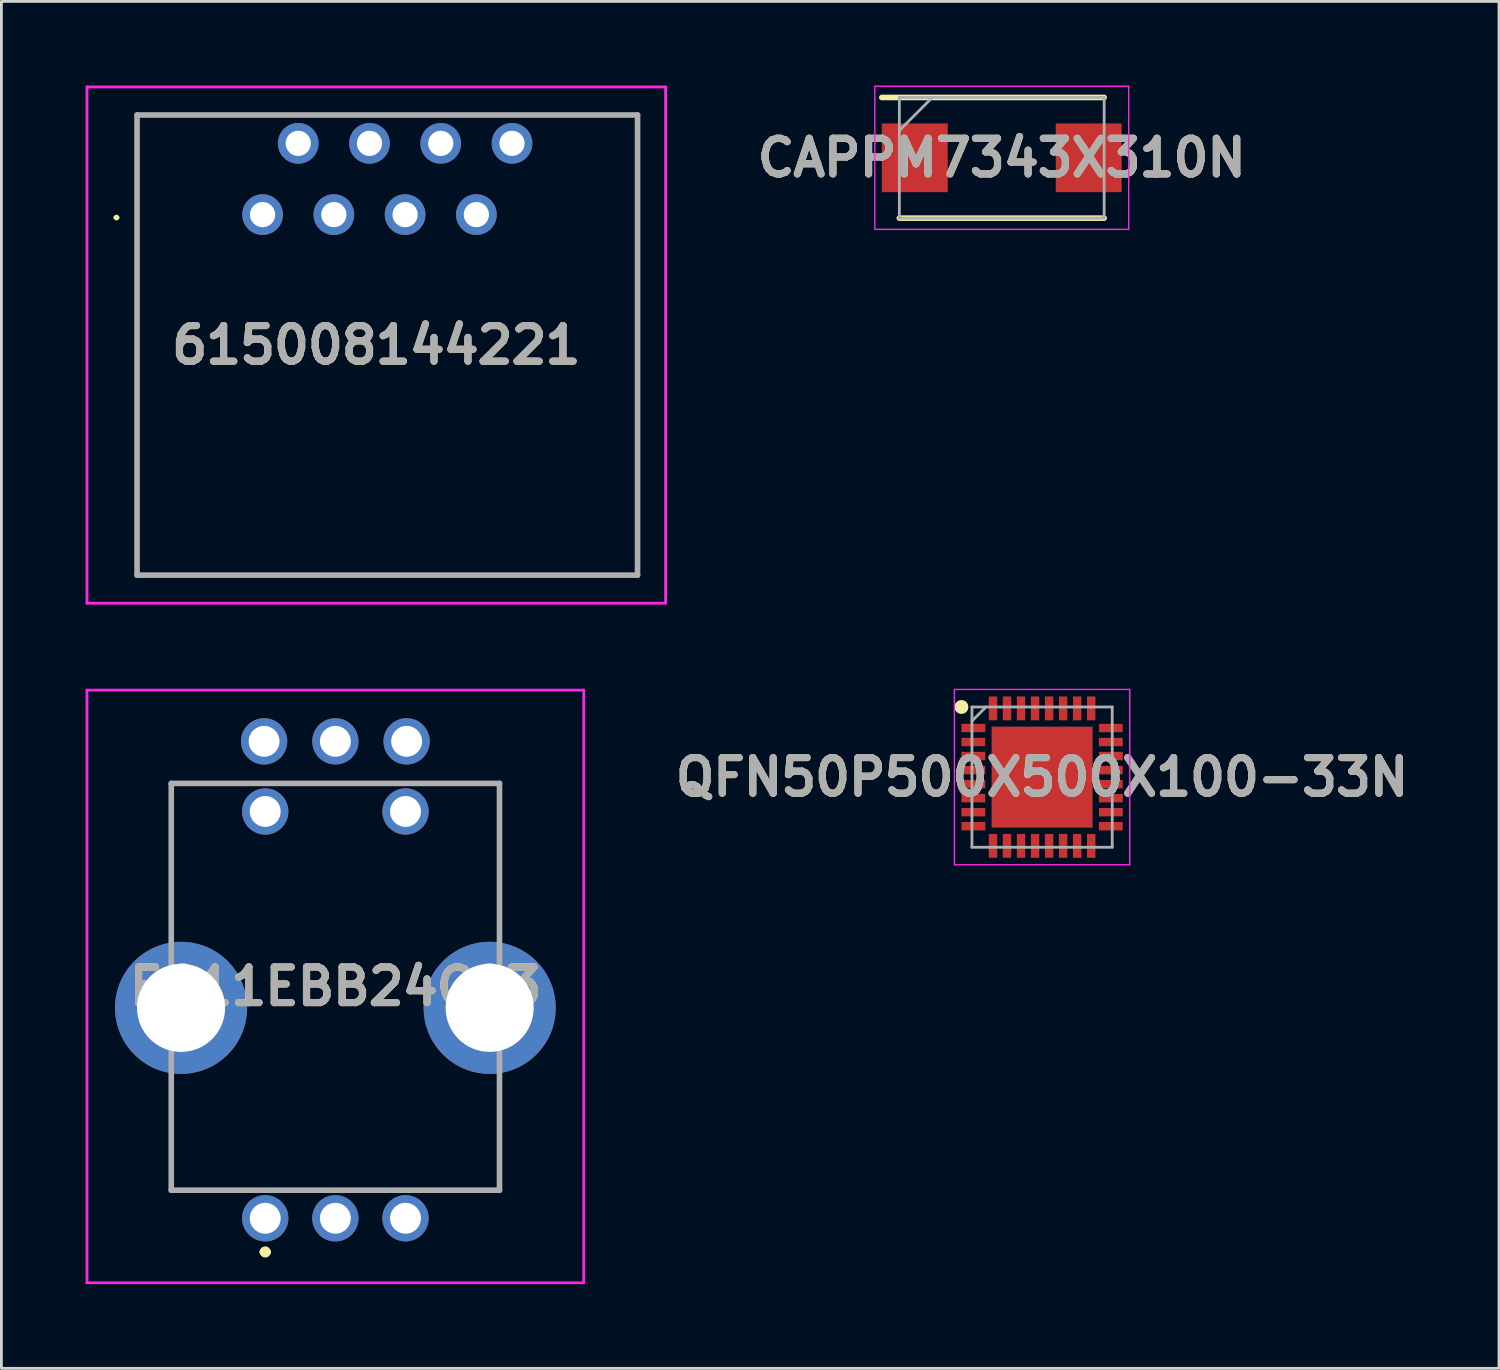
<source format=kicad_pcb>
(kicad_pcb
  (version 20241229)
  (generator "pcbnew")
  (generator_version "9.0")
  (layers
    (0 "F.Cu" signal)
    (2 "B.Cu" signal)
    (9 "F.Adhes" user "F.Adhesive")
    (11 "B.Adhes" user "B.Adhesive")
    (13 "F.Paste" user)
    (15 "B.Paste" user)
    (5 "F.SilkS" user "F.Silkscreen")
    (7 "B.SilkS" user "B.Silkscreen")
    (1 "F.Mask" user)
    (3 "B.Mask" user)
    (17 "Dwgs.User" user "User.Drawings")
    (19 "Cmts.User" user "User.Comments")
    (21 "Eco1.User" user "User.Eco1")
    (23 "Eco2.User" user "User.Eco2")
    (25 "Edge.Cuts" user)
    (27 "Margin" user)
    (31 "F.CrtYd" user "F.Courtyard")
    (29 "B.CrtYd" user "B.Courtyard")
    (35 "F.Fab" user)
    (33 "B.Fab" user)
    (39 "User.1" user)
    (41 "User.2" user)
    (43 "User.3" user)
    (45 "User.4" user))
  (footprint "EC11EBB24C03"
    (layer "F.Cu")
    (at 6.404 40.375)
    (property "Reference" "EC11EBB24C03" (at 2.5 -8.262 0) (layer "F.SilkS") (effects (font (size 1.27 1.27) (thickness 0.254))))
    (attr through_hole)
    (fp_line (start -3.35 -15.5) (end 8.35 -15.5) (stroke (width 0.1) (type solid)) (layer "F.SilkS"))
    (fp_line (start -3.35 -10.5) (end -3.35 -15.5) (stroke (width 0.1) (type solid)) (layer "F.SilkS"))
    (fp_line (start -3.35 -4.5) (end -3.35 -1) (stroke (width 0.1) (type solid)) (layer "F.SilkS"))
    (fp_line (start -3.35 -1) (end 8.35 -1) (stroke (width 0.1) (type solid)) (layer "F.SilkS"))
    (fp_line (start -0.1 1.2) (end -0.1 1.2) (stroke (width 0.2) (type solid)) (layer "F.SilkS"))
    (fp_line (start 0.1 1.2) (end 0.1 1.2) (stroke (width 0.2) (type solid)) (layer "F.SilkS"))
    (fp_line (start 8.35 -15.5) (end 8.35 -10.5) (stroke (width 0.1) (type solid)) (layer "F.SilkS"))
    (fp_line (start 8.35 -1) (end 8.35 -4.5) (stroke (width 0.1) (type solid)) (layer "F.SilkS"))
    (fp_arc (start -0.1 1.2) (mid 0 1.1) (end 0.1 1.2) (stroke (width 0.2) (type solid)) (layer "F.SilkS"))
    (fp_arc (start 0.1 1.2) (mid 0 1.3) (end -0.1 1.2) (stroke (width 0.2) (type solid)) (layer "F.SilkS"))
    (fp_line (start -6.354 -18.825) (end 11.354 -18.825) (stroke (width 0.1) (type solid)) (layer "F.CrtYd"))
    (fp_line (start -6.354 2.3) (end -6.354 -18.825) (stroke (width 0.1) (type solid)) (layer "F.CrtYd"))
    (fp_line (start 11.354 -18.825) (end 11.354 2.3) (stroke (width 0.1) (type solid)) (layer "F.CrtYd"))
    (fp_line (start 11.354 2.3) (end -6.354 2.3) (stroke (width 0.1) (type solid)) (layer "F.CrtYd"))
    (fp_line (start -3.35 -15.5) (end 8.35 -15.5) (stroke (width 0.2) (type solid)) (layer "F.Fab"))
    (fp_line (start -3.35 -1) (end -3.35 -15.5) (stroke (width 0.2) (type solid)) (layer "F.Fab"))
    (fp_line (start 8.35 -15.5) (end 8.35 -1) (stroke (width 0.2) (type solid)) (layer "F.Fab"))
    (fp_line (start 8.35 -1) (end -3.35 -1) (stroke (width 0.2) (type solid)) (layer "F.Fab"))
    (fp_text user "${REFERENCE}" (at 2.5 -8.262 0) (layer "F.Fab") (effects (font (size 1.27 1.27) (thickness 0.254))))
    (pad "A1" thru_hole circle (at 0 0) (size 1.65 1.65) (drill 1.1) (layers "*.Cu" "*.Mask"))
    (pad "A2" thru_hole circle (at -0.04 -17) (size 1.65 1.65) (drill 1.1) (layers "*.Cu" "*.Mask"))
    (pad "B1" thru_hole circle (at 5 0) (size 1.65 1.65) (drill 1.1) (layers "*.Cu" "*.Mask"))
    (pad "B2" thru_hole circle (at 5.04 -17) (size 1.65 1.65) (drill 1.1) (layers "*.Cu" "*.Mask"))
    (pad "C1" thru_hole circle (at 2.5 0) (size 1.65 1.65) (drill 1.1) (layers "*.Cu" "*.Mask"))
    (pad "C2" thru_hole circle (at 2.5 -17) (size 1.65 1.65) (drill 1.1) (layers "*.Cu" "*.Mask"))
    (pad "D1" thru_hole circle (at 0 -14.5) (size 1.65 1.65) (drill 1.1) (layers "*.Cu" "*.Mask"))
    (pad "E1" thru_hole circle (at 5 -14.5) (size 1.65 1.65) (drill 1.1) (layers "*.Cu" "*.Mask"))
    (pad "MH1" thru_hole circle (at -3 -7.5) (size 4.708 4.708) (drill 3.139) (layers "*.Cu" "*.Mask"))
    (pad "MH2" thru_hole circle (at 8 -7.5) (size 4.708 4.708) (drill 3.139) (layers "*.Cu" "*.Mask")))
  (footprint "615008144221"
    (layer "F.Cu")
    (at 6.31 4.6)
    (property "Reference" "615008144221" (at 4.053 4.65 0) (layer "F.SilkS") (effects (font (size 1.27 1.27) (thickness 0.254))))
    (attr through_hole)
    (fp_line (start -5.26 0.105) (end -5.26 0.105) (stroke (width 0.102) (type solid)) (layer "F.SilkS"))
    (fp_line (start -5.158 0.105) (end -5.158 0.105) (stroke (width 0.102) (type solid)) (layer "F.SilkS"))
    (fp_line (start -4.475 -3.55) (end 13.365 -3.55) (stroke (width 0.1) (type solid)) (layer "F.SilkS"))
    (fp_line (start -4.475 12.85) (end -4.475 -3.55) (stroke (width 0.1) (type solid)) (layer "F.SilkS"))
    (fp_line (start 13.365 -3.55) (end 13.365 12.85) (stroke (width 0.1) (type solid)) (layer "F.SilkS"))
    (fp_line (start 13.365 12.85) (end -4.475 12.85) (stroke (width 0.1) (type solid)) (layer "F.SilkS"))
    (fp_arc (start -5.26 0.105) (mid -5.209 0.054) (end -5.158 0.105) (stroke (width 0.102) (type solid)) (layer "F.SilkS"))
    (fp_arc (start -5.158 0.105) (mid -5.209 0.156) (end -5.26 0.105) (stroke (width 0.102) (type solid)) (layer "F.SilkS"))
    (fp_line (start -6.26 -4.55) (end 14.365 -4.55) (stroke (width 0.1) (type solid)) (layer "F.CrtYd"))
    (fp_line (start -6.26 13.85) (end -6.26 -4.55) (stroke (width 0.1) (type solid)) (layer "F.CrtYd"))
    (fp_line (start 14.365 -4.55) (end 14.365 13.85) (stroke (width 0.1) (type solid)) (layer "F.CrtYd"))
    (fp_line (start 14.365 13.85) (end -6.26 13.85) (stroke (width 0.1) (type solid)) (layer "F.CrtYd"))
    (fp_line (start -4.475 -3.55) (end 13.365 -3.55) (stroke (width 0.2) (type solid)) (layer "F.Fab"))
    (fp_line (start -4.475 12.85) (end -4.475 -3.55) (stroke (width 0.2) (type solid)) (layer "F.Fab"))
    (fp_line (start 13.365 -3.55) (end 13.365 12.85) (stroke (width 0.2) (type solid)) (layer "F.Fab"))
    (fp_line (start 13.365 12.85) (end -4.475 12.85) (stroke (width 0.2) (type solid)) (layer "F.Fab"))
    (fp_text user "${REFERENCE}" (at 4.053 4.65 0) (layer "F.Fab") (effects (font (size 1.27 1.27) (thickness 0.254))))
    (pad "" np_thru_hole circle (at -1.27 6.35) (size 0.001 0.001) (drill 3.17) (layers "*.Cu" "*.Mask"))
    (pad "" np_thru_hole circle (at 10.16 6.35) (size 0.001 0.001) (drill 3.17) (layers "*.Cu" "*.Mask"))
    (pad "1" thru_hole circle (at 0 0) (size 1.45 1.45) (drill 0.9) (layers "*.Cu" "*.Mask"))
    (pad "2" thru_hole circle (at 1.27 -2.54) (size 1.45 1.45) (drill 0.9) (layers "*.Cu" "*.Mask"))
    (pad "3" thru_hole circle (at 2.54 0) (size 1.45 1.45) (drill 0.9) (layers "*.Cu" "*.Mask"))
    (pad "4" thru_hole circle (at 3.81 -2.54) (size 1.45 1.45) (drill 0.9) (layers "*.Cu" "*.Mask"))
    (pad "5" thru_hole circle (at 5.08 0) (size 1.45 1.45) (drill 0.9) (layers "*.Cu" "*.Mask"))
    (pad "6" thru_hole circle (at 6.35 -2.54) (size 1.45 1.45) (drill 0.9) (layers "*.Cu" "*.Mask"))
    (pad "7" thru_hole circle (at 7.62 0) (size 1.45 1.45) (drill 0.9) (layers "*.Cu" "*.Mask"))
    (pad "8" thru_hole circle (at 8.89 -2.54) (size 1.45 1.45) (drill 0.9) (layers "*.Cu" "*.Mask")))
  (footprint "CAPPM7343X310N"
    (layer "F.Cu")
    (at 32.657 2.575)
    (property "Reference" "CAPPM7343X310N" (at 0 0 0) (layer "F.SilkS") (effects (font (size 1.27 1.27) (thickness 0.254))))
    (attr smd)
    (fp_line (start -3.65 2.15) (end 3.65 2.15) (stroke (width 0.2) (type solid)) (layer "F.SilkS"))
    (fp_line (start 3.65 -2.15) (end -4.275 -2.15) (stroke (width 0.2) (type solid)) (layer "F.SilkS"))
    (fp_line (start -4.525 -2.55) (end 4.525 -2.55) (stroke (width 0.05) (type solid)) (layer "F.CrtYd"))
    (fp_line (start -4.525 2.55) (end -4.525 -2.55) (stroke (width 0.05) (type solid)) (layer "F.CrtYd"))
    (fp_line (start 4.525 -2.55) (end 4.525 2.55) (stroke (width 0.05) (type solid)) (layer "F.CrtYd"))
    (fp_line (start 4.525 2.55) (end -4.525 2.55) (stroke (width 0.05) (type solid)) (layer "F.CrtYd"))
    (fp_line (start -3.65 -2.15) (end 3.65 -2.15) (stroke (width 0.1) (type solid)) (layer "F.Fab"))
    (fp_line (start -3.65 -0.975) (end -2.475 -2.15) (stroke (width 0.1) (type solid)) (layer "F.Fab"))
    (fp_line (start -3.65 2.15) (end -3.65 -2.15) (stroke (width 0.1) (type solid)) (layer "F.Fab"))
    (fp_line (start 3.65 -2.15) (end 3.65 2.15) (stroke (width 0.1) (type solid)) (layer "F.Fab"))
    (fp_line (start 3.65 2.15) (end -3.65 2.15) (stroke (width 0.1) (type solid)) (layer "F.Fab"))
    (fp_text user "${REFERENCE}" (at 0 0 0) (layer "F.Fab") (effects (font (size 1.27 1.27) (thickness 0.254))))
    (pad "1" smd rect (at -3.1 0) (size 2.35 2.45) (layers "F.Cu" "F.Mask" "F.Paste"))
    (pad "2" smd rect (at 3.1 0) (size 2.35 2.45) (layers "F.Cu" "F.Mask" "F.Paste")))
  (footprint "QFN50P500X500X100-33N"
    (layer "F.Cu")
    (at 34.095 24.65)
    (property "Reference" "QFN50P500X500X100-33N" (at 0 0 0) (layer "F.SilkS") (effects (font (size 1.27 1.27) (thickness 0.254))))
    (attr smd)
    (fp_circle (center -2.875 -2.5) (end -2.875 -2.375) (stroke (width 0.25) (type solid)) (fill no) (layer "F.SilkS"))
    (fp_line (start -3.125 -3.125) (end 3.125 -3.125) (stroke (width 0.05) (type solid)) (layer "F.CrtYd"))
    (fp_line (start -3.125 3.125) (end -3.125 -3.125) (stroke (width 0.05) (type solid)) (layer "F.CrtYd"))
    (fp_line (start 3.125 -3.125) (end 3.125 3.125) (stroke (width 0.05) (type solid)) (layer "F.CrtYd"))
    (fp_line (start 3.125 3.125) (end -3.125 3.125) (stroke (width 0.05) (type solid)) (layer "F.CrtYd"))
    (fp_line (start -2.5 -2.5) (end 2.5 -2.5) (stroke (width 0.1) (type solid)) (layer "F.Fab"))
    (fp_line (start -2.5 -2) (end -2 -2.5) (stroke (width 0.1) (type solid)) (layer "F.Fab"))
    (fp_line (start -2.5 2.5) (end -2.5 -2.5) (stroke (width 0.1) (type solid)) (layer "F.Fab"))
    (fp_line (start 2.5 -2.5) (end 2.5 2.5) (stroke (width 0.1) (type solid)) (layer "F.Fab"))
    (fp_line (start 2.5 2.5) (end -2.5 2.5) (stroke (width 0.1) (type solid)) (layer "F.Fab"))
    (fp_text user "${REFERENCE}" (at 0 0 0) (layer "F.Fab") (effects (font (size 1.27 1.27) (thickness 0.254))))
    (pad "1" smd rect (at -2.45 -1.75 90) (size 0.3 0.85) (layers "F.Cu" "F.Mask" "F.Paste"))
    (pad "2" smd rect (at -2.45 -1.25 90) (size 0.3 0.85) (layers "F.Cu" "F.Mask" "F.Paste"))
    (pad "3" smd rect (at -2.45 -0.75 90) (size 0.3 0.85) (layers "F.Cu" "F.Mask" "F.Paste"))
    (pad "4" smd rect (at -2.45 -0.25 90) (size 0.3 0.85) (layers "F.Cu" "F.Mask" "F.Paste"))
    (pad "5" smd rect (at -2.45 0.25 90) (size 0.3 0.85) (layers "F.Cu" "F.Mask" "F.Paste"))
    (pad "6" smd rect (at -2.45 0.75 90) (size 0.3 0.85) (layers "F.Cu" "F.Mask" "F.Paste"))
    (pad "7" smd rect (at -2.45 1.25 90) (size 0.3 0.85) (layers "F.Cu" "F.Mask" "F.Paste"))
    (pad "8" smd rect (at -2.45 1.75 90) (size 0.3 0.85) (layers "F.Cu" "F.Mask" "F.Paste"))
    (pad "9" smd rect (at -1.75 2.45) (size 0.3 0.85) (layers "F.Cu" "F.Mask" "F.Paste"))
    (pad "10" smd rect (at -1.25 2.45) (size 0.3 0.85) (layers "F.Cu" "F.Mask" "F.Paste"))
    (pad "11" smd rect (at -0.75 2.45) (size 0.3 0.85) (layers "F.Cu" "F.Mask" "F.Paste"))
    (pad "12" smd rect (at -0.25 2.45) (size 0.3 0.85) (layers "F.Cu" "F.Mask" "F.Paste"))
    (pad "13" smd rect (at 0.25 2.45) (size 0.3 0.85) (layers "F.Cu" "F.Mask" "F.Paste"))
    (pad "14" smd rect (at 0.75 2.45) (size 0.3 0.85) (layers "F.Cu" "F.Mask" "F.Paste"))
    (pad "15" smd rect (at 1.25 2.45) (size 0.3 0.85) (layers "F.Cu" "F.Mask" "F.Paste"))
    (pad "16" smd rect (at 1.75 2.45) (size 0.3 0.85) (layers "F.Cu" "F.Mask" "F.Paste"))
    (pad "17" smd rect (at 2.45 1.75 90) (size 0.3 0.85) (layers "F.Cu" "F.Mask" "F.Paste"))
    (pad "18" smd rect (at 2.45 1.25 90) (size 0.3 0.85) (layers "F.Cu" "F.Mask" "F.Paste"))
    (pad "19" smd rect (at 2.45 0.75 90) (size 0.3 0.85) (layers "F.Cu" "F.Mask" "F.Paste"))
    (pad "20" smd rect (at 2.45 0.25 90) (size 0.3 0.85) (layers "F.Cu" "F.Mask" "F.Paste"))
    (pad "21" smd rect (at 2.45 -0.25 90) (size 0.3 0.85) (layers "F.Cu" "F.Mask" "F.Paste"))
    (pad "22" smd rect (at 2.45 -0.75 90) (size 0.3 0.85) (layers "F.Cu" "F.Mask" "F.Paste"))
    (pad "23" smd rect (at 2.45 -1.25 90) (size 0.3 0.85) (layers "F.Cu" "F.Mask" "F.Paste"))
    (pad "24" smd rect (at 2.45 -1.75 90) (size 0.3 0.85) (layers "F.Cu" "F.Mask" "F.Paste"))
    (pad "25" smd rect (at 1.75 -2.45) (size 0.3 0.85) (layers "F.Cu" "F.Mask" "F.Paste"))
    (pad "26" smd rect (at 1.25 -2.45) (size 0.3 0.85) (layers "F.Cu" "F.Mask" "F.Paste"))
    (pad "27" smd rect (at 0.75 -2.45) (size 0.3 0.85) (layers "F.Cu" "F.Mask" "F.Paste"))
    (pad "28" smd rect (at 0.25 -2.45) (size 0.3 0.85) (layers "F.Cu" "F.Mask" "F.Paste"))
    (pad "29" smd rect (at -0.25 -2.45) (size 0.3 0.85) (layers "F.Cu" "F.Mask" "F.Paste"))
    (pad "30" smd rect (at -0.75 -2.45) (size 0.3 0.85) (layers "F.Cu" "F.Mask" "F.Paste"))
    (pad "31" smd rect (at -1.25 -2.45) (size 0.3 0.85) (layers "F.Cu" "F.Mask" "F.Paste"))
    (pad "32" smd rect (at -1.75 -2.45) (size 0.3 0.85) (layers "F.Cu" "F.Mask" "F.Paste"))
    (pad "33" smd rect (at 0 0) (size 3.6 3.6) (layers "F.Cu" "F.Mask" "F.Paste")))
  (gr_rect
    (start -3 -3)
    (end 50.381 45.725)
    (stroke (width 0.1) (type default))
    (fill no)
    (layer "Edge.Cuts")))
</source>
